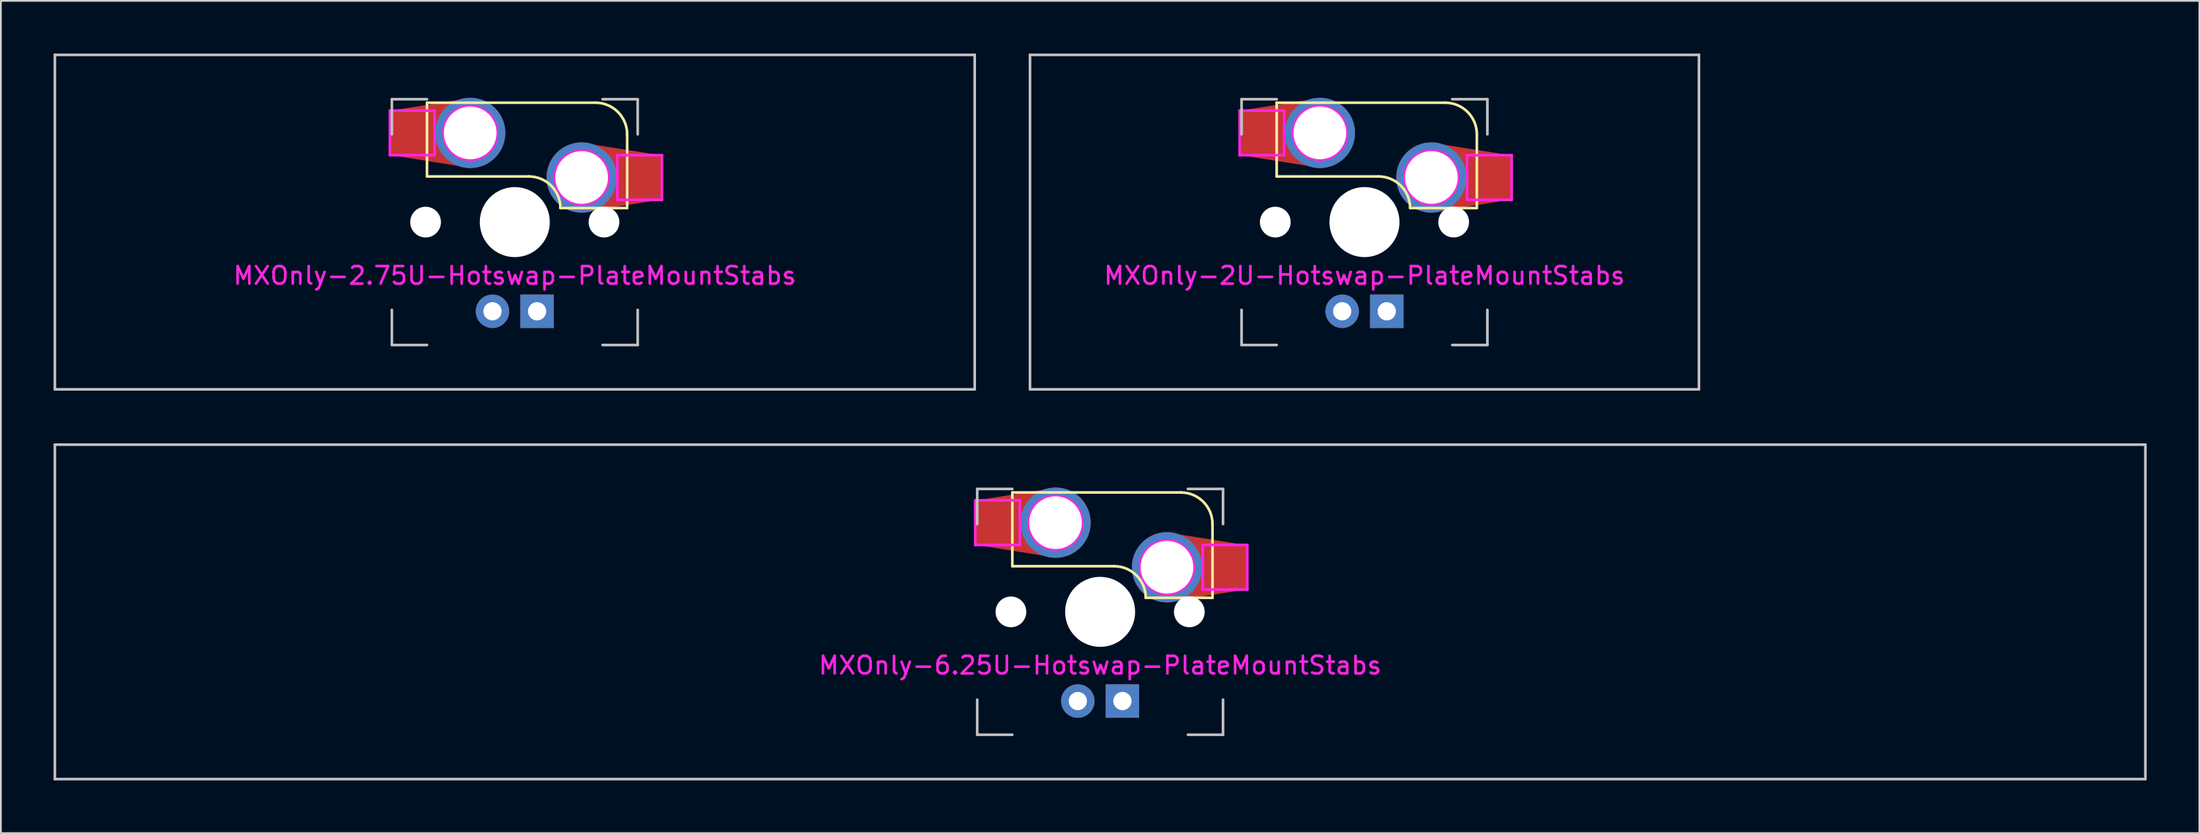
<source format=kicad_pcb>
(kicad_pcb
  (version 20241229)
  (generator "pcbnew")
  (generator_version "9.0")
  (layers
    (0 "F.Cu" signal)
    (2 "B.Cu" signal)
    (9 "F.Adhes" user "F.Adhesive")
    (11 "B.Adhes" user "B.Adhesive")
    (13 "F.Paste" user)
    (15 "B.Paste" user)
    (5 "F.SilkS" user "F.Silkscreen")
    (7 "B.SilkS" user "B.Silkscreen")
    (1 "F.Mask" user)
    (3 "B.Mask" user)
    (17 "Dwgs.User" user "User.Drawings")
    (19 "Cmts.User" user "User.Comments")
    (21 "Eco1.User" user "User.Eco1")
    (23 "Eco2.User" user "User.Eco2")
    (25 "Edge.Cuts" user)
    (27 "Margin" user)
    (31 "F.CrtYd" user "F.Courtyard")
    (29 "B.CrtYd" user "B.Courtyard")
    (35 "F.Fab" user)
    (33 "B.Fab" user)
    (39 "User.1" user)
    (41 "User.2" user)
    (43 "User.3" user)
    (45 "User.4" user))
  (footprint "MXOnly-2.75U-Hotswap-PlateMountStabs"
    (layer "F.Cu")
    (at 26.269 9.6)
    (property "Reference" "MXOnly-2.75U-Hotswap-PlateMountStabs" (at 0 3.048 180) (layer "F.CrtYd") (effects (font (size 1 1) (thickness 0.15))))
    (attr smd)
    (fp_line (start -5 -6.8) (end 4.6 -6.8) (stroke (width 0.15) (type solid)) (layer "F.SilkS"))
    (fp_line (start -5 -2.6) (end -5 -6.8) (stroke (width 0.15) (type solid)) (layer "F.SilkS"))
    (fp_line (start 0.8 -2.6) (end -5 -2.6) (stroke (width 0.15) (type solid)) (layer "F.SilkS"))
    (fp_line (start 6.4 -5) (end 6.4 -0.8) (stroke (width 0.15) (type solid)) (layer "F.SilkS"))
    (fp_line (start 6.4 -0.8) (end 2.6 -0.8) (stroke (width 0.15) (type solid)) (layer "F.SilkS"))
    (fp_arc (start 0.8 -2.6) (mid 2.072792 -2.072792) (end 2.6 -0.8) (stroke (width 0.15) (type solid)) (layer "F.SilkS"))
    (fp_arc (start 4.6 -6.8) (mid 5.872792 -6.272792) (end 6.4 -5) (stroke (width 0.15) (type solid)) (layer "F.SilkS"))
    (fp_poly (pts (xy -5.08 -3.493) (xy -7.112 -3.81) (xy -7.112 -6.35) (xy -5.08 -6.668)) (stroke (width 0.1) (type solid)) (fill yes) (layer "F.Paste"))
    (fp_poly (pts (xy 6.477 -4.064) (xy 8.509 -3.747) (xy 8.509 -1.206) (xy 6.477 -0.889)) (stroke (width 0.1) (type solid)) (fill yes) (layer "F.Paste"))
    (fp_line (start -26.194 -9.525) (end 26.194 -9.525) (stroke (width 0.15) (type solid)) (layer "Dwgs.User"))
    (fp_line (start -26.194 9.525) (end -26.194 -9.525) (stroke (width 0.15) (type solid)) (layer "Dwgs.User"))
    (fp_line (start -7 -7) (end -7 -5) (stroke (width 0.15) (type solid)) (layer "Dwgs.User"))
    (fp_line (start -7 7) (end -7 5) (stroke (width 0.15) (type solid)) (layer "Dwgs.User"))
    (fp_line (start -5 -7) (end -7 -7) (stroke (width 0.15) (type solid)) (layer "Dwgs.User"))
    (fp_line (start -5 7) (end -7 7) (stroke (width 0.15) (type solid)) (layer "Dwgs.User"))
    (fp_line (start 5 -7) (end 7 -7) (stroke (width 0.15) (type solid)) (layer "Dwgs.User"))
    (fp_line (start 7 -7) (end 7 -5) (stroke (width 0.15) (type solid)) (layer "Dwgs.User"))
    (fp_line (start 7 5) (end 7 7) (stroke (width 0.15) (type solid)) (layer "Dwgs.User"))
    (fp_line (start 7 7) (end 5 7) (stroke (width 0.15) (type solid)) (layer "Dwgs.User"))
    (fp_line (start 26.194 -9.525) (end 26.194 9.525) (stroke (width 0.15) (type solid)) (layer "Dwgs.User"))
    (fp_line (start 26.194 9.525) (end -26.194 9.525) (stroke (width 0.15) (type solid)) (layer "Dwgs.User"))
    (fp_line (start -7.112 -6.35) (end -7.112 -3.81) (stroke (width 0.15) (type solid)) (layer "F.CrtYd"))
    (fp_line (start -7.112 -3.81) (end -4.572 -3.81) (stroke (width 0.15) (type solid)) (layer "F.CrtYd"))
    (fp_line (start -4.572 -6.35) (end -7.112 -6.35) (stroke (width 0.15) (type solid)) (layer "F.CrtYd"))
    (fp_line (start -4.572 -3.81) (end -4.572 -6.35) (stroke (width 0.15) (type solid)) (layer "F.CrtYd"))
    (fp_line (start 5.842 -3.81) (end 5.842 -1.27) (stroke (width 0.15) (type solid)) (layer "F.CrtYd"))
    (fp_line (start 5.842 -1.27) (end 8.382 -1.27) (stroke (width 0.15) (type solid)) (layer "F.CrtYd"))
    (fp_line (start 8.382 -3.81) (end 5.842 -3.81) (stroke (width 0.15) (type solid)) (layer "F.CrtYd"))
    (fp_line (start 8.382 -1.27) (end 8.382 -3.81) (stroke (width 0.15) (type solid)) (layer "F.CrtYd"))
    (fp_circle (center -2.54 -5.08) (end -2.54 -6.604) (stroke (width 0.15) (type solid)) (fill no) (layer "F.CrtYd"))
    (fp_circle (center 3.81 -2.54) (end 3.81 -4.064) (stroke (width 0.15) (type solid)) (fill no) (layer "F.CrtYd"))
    (pad "" np_thru_hole circle (at -5.08 0 131.9) (size 1.75 1.75) (drill 1.75) (layers "*.Cu" "*.Mask"))
    (pad "" np_thru_hole circle (at 0 0 180) (size 3.988 3.988) (drill 3.988) (layers "*.Cu" "*.Mask"))
    (pad "" np_thru_hole circle (at 5.08 0 131.9) (size 1.75 1.75) (drill 1.75) (layers "*.Cu" "*.Mask"))
    (pad "1" thru_hole circle (at 3.81 -2.54 180) (size 4 4) (drill 3) (layers "*.Cu" "F.Mask"))
    (pad "1" smd custom (at 7.085 -2.54 180) (size 2.55 2.5) (layers "F.Cu" "F.Mask") (options (anchor rect)) (primitives (gr_poly (pts (xy -1.195 1.219) (xy 3.275 1.93) (xy 3.275 -1.93) (xy -1.195 -1.219)) (width 0.1) (fill yes))))
    (pad "2" smd custom (at -5.841 -5.08 180) (size 2.55 2.5) (layers "F.Cu" "F.Mask") (options (anchor rect)) (primitives (gr_poly (pts (xy 1.219 -1.219) (xy -3.251 -1.93) (xy -3.251 1.93) (xy 1.219 1.219)) (width 0.1) (fill yes))))
    (pad "2" thru_hole circle (at -2.54 -5.08 180) (size 4 4) (drill 3) (layers "*.Cu" "F.Mask"))
    (pad "3" thru_hole circle (at -1.27 5.08) (size 1.905 1.905) (drill 1.04) (layers "*.Cu" "F.Mask"))
    (pad "4" thru_hole rect (at 1.27 5.08) (size 1.905 1.905) (drill 1.04) (layers "*.Cu" "F.Mask")))
  (footprint "MXOnly-6.25U-Hotswap-PlateMountStabs"
    (layer "F.Cu")
    (at 59.606 31.8)
    (property "Reference" "MXOnly-6.25U-Hotswap-PlateMountStabs" (at 0 3.048 180) (layer "F.CrtYd") (effects (font (size 1 1) (thickness 0.15))))
    (attr smd)
    (fp_line (start -5 -6.8) (end 4.6 -6.8) (stroke (width 0.15) (type solid)) (layer "F.SilkS"))
    (fp_line (start -5 -2.6) (end -5 -6.8) (stroke (width 0.15) (type solid)) (layer "F.SilkS"))
    (fp_line (start 0.8 -2.6) (end -5 -2.6) (stroke (width 0.15) (type solid)) (layer "F.SilkS"))
    (fp_line (start 6.4 -5) (end 6.4 -0.8) (stroke (width 0.15) (type solid)) (layer "F.SilkS"))
    (fp_line (start 6.4 -0.8) (end 2.6 -0.8) (stroke (width 0.15) (type solid)) (layer "F.SilkS"))
    (fp_arc (start 0.8 -2.6) (mid 2.072792 -2.072792) (end 2.6 -0.8) (stroke (width 0.15) (type solid)) (layer "F.SilkS"))
    (fp_arc (start 4.6 -6.8) (mid 5.872792 -6.272792) (end 6.4 -5) (stroke (width 0.15) (type solid)) (layer "F.SilkS"))
    (fp_poly (pts (xy -5.08 -3.493) (xy -7.112 -3.81) (xy -7.112 -6.35) (xy -5.08 -6.668)) (stroke (width 0.1) (type solid)) (fill yes) (layer "F.Paste"))
    (fp_poly (pts (xy 6.477 -4.064) (xy 8.509 -3.747) (xy 8.509 -1.206) (xy 6.477 -0.889)) (stroke (width 0.1) (type solid)) (fill yes) (layer "F.Paste"))
    (fp_line (start -59.531 -9.525) (end 59.531 -9.525) (stroke (width 0.15) (type solid)) (layer "Dwgs.User"))
    (fp_line (start -59.531 9.525) (end -59.531 -9.525) (stroke (width 0.15) (type solid)) (layer "Dwgs.User"))
    (fp_line (start -7 -7) (end -7 -5) (stroke (width 0.15) (type solid)) (layer "Dwgs.User"))
    (fp_line (start -7 7) (end -7 5) (stroke (width 0.15) (type solid)) (layer "Dwgs.User"))
    (fp_line (start -5 -7) (end -7 -7) (stroke (width 0.15) (type solid)) (layer "Dwgs.User"))
    (fp_line (start -5 7) (end -7 7) (stroke (width 0.15) (type solid)) (layer "Dwgs.User"))
    (fp_line (start 5 -7) (end 7 -7) (stroke (width 0.15) (type solid)) (layer "Dwgs.User"))
    (fp_line (start 7 -7) (end 7 -5) (stroke (width 0.15) (type solid)) (layer "Dwgs.User"))
    (fp_line (start 7 5) (end 7 7) (stroke (width 0.15) (type solid)) (layer "Dwgs.User"))
    (fp_line (start 7 7) (end 5 7) (stroke (width 0.15) (type solid)) (layer "Dwgs.User"))
    (fp_line (start 59.531 -9.525) (end 59.531 9.525) (stroke (width 0.15) (type solid)) (layer "Dwgs.User"))
    (fp_line (start 59.531 9.525) (end -59.531 9.525) (stroke (width 0.15) (type solid)) (layer "Dwgs.User"))
    (fp_line (start -7.112 -6.35) (end -7.112 -3.81) (stroke (width 0.15) (type solid)) (layer "F.CrtYd"))
    (fp_line (start -7.112 -3.81) (end -4.572 -3.81) (stroke (width 0.15) (type solid)) (layer "F.CrtYd"))
    (fp_line (start -4.572 -6.35) (end -7.112 -6.35) (stroke (width 0.15) (type solid)) (layer "F.CrtYd"))
    (fp_line (start -4.572 -3.81) (end -4.572 -6.35) (stroke (width 0.15) (type solid)) (layer "F.CrtYd"))
    (fp_line (start 5.842 -3.81) (end 5.842 -1.27) (stroke (width 0.15) (type solid)) (layer "F.CrtYd"))
    (fp_line (start 5.842 -1.27) (end 8.382 -1.27) (stroke (width 0.15) (type solid)) (layer "F.CrtYd"))
    (fp_line (start 8.382 -3.81) (end 5.842 -3.81) (stroke (width 0.15) (type solid)) (layer "F.CrtYd"))
    (fp_line (start 8.382 -1.27) (end 8.382 -3.81) (stroke (width 0.15) (type solid)) (layer "F.CrtYd"))
    (fp_circle (center -2.54 -5.08) (end -2.54 -6.604) (stroke (width 0.15) (type solid)) (fill no) (layer "F.CrtYd"))
    (fp_circle (center 3.81 -2.54) (end 3.81 -4.064) (stroke (width 0.15) (type solid)) (fill no) (layer "F.CrtYd"))
    (pad "" np_thru_hole circle (at -5.08 0 131.9) (size 1.75 1.75) (drill 1.75) (layers "*.Cu" "*.Mask"))
    (pad "" np_thru_hole circle (at 0 0 180) (size 3.988 3.988) (drill 3.988) (layers "*.Cu" "*.Mask"))
    (pad "" np_thru_hole circle (at 5.08 0 131.9) (size 1.75 1.75) (drill 1.75) (layers "*.Cu" "*.Mask"))
    (pad "1" thru_hole circle (at 3.81 -2.54 180) (size 4 4) (drill 3) (layers "*.Cu" "F.Mask"))
    (pad "1" smd custom (at 7.085 -2.54 180) (size 2.55 2.5) (layers "F.Cu" "F.Mask") (options (anchor rect)) (primitives (gr_poly (pts (xy -1.195 1.219) (xy 3.275 1.93) (xy 3.275 -1.93) (xy -1.195 -1.219)) (width 0.1) (fill yes))))
    (pad "2" smd custom (at -5.841 -5.08 180) (size 2.55 2.5) (layers "F.Cu" "F.Mask") (options (anchor rect)) (primitives (gr_poly (pts (xy 1.219 -1.219) (xy -3.251 -1.93) (xy -3.251 1.93) (xy 1.219 1.219)) (width 0.1) (fill yes))))
    (pad "2" thru_hole circle (at -2.54 -5.08 180) (size 4 4) (drill 3) (layers "*.Cu" "F.Mask"))
    (pad "3" thru_hole circle (at -1.27 5.08) (size 1.905 1.905) (drill 1.04) (layers "*.Cu" "F.Mask"))
    (pad "4" thru_hole rect (at 1.27 5.08) (size 1.905 1.905) (drill 1.04) (layers "*.Cu" "F.Mask")))
  (footprint "MXOnly-2U-Hotswap-PlateMountStabs"
    (layer "F.Cu")
    (at 74.662 9.6)
    (property "Reference" "MXOnly-2U-Hotswap-PlateMountStabs" (at 0 3.048 180) (layer "F.CrtYd") (effects (font (size 1 1) (thickness 0.15))))
    (attr smd)
    (fp_line (start -5 -6.8) (end 4.6 -6.8) (stroke (width 0.15) (type solid)) (layer "F.SilkS"))
    (fp_line (start -5 -2.6) (end -5 -6.8) (stroke (width 0.15) (type solid)) (layer "F.SilkS"))
    (fp_line (start 0.8 -2.6) (end -5 -2.6) (stroke (width 0.15) (type solid)) (layer "F.SilkS"))
    (fp_line (start 6.4 -5) (end 6.4 -0.8) (stroke (width 0.15) (type solid)) (layer "F.SilkS"))
    (fp_line (start 6.4 -0.8) (end 2.6 -0.8) (stroke (width 0.15) (type solid)) (layer "F.SilkS"))
    (fp_arc (start 0.8 -2.6) (mid 2.072792 -2.072792) (end 2.6 -0.8) (stroke (width 0.15) (type solid)) (layer "F.SilkS"))
    (fp_arc (start 4.6 -6.8) (mid 5.872792 -6.272792) (end 6.4 -5) (stroke (width 0.15) (type solid)) (layer "F.SilkS"))
    (fp_poly (pts (xy -5.08 -3.493) (xy -7.112 -3.81) (xy -7.112 -6.35) (xy -5.08 -6.668)) (stroke (width 0.1) (type solid)) (fill yes) (layer "F.Paste"))
    (fp_poly (pts (xy 6.477 -4.064) (xy 8.509 -3.747) (xy 8.509 -1.206) (xy 6.477 -0.889)) (stroke (width 0.1) (type solid)) (fill yes) (layer "F.Paste"))
    (fp_line (start -19.05 -9.525) (end 19.05 -9.525) (stroke (width 0.15) (type solid)) (layer "Dwgs.User"))
    (fp_line (start -19.05 9.525) (end -19.05 -9.525) (stroke (width 0.15) (type solid)) (layer "Dwgs.User"))
    (fp_line (start -7 -7) (end -7 -5) (stroke (width 0.15) (type solid)) (layer "Dwgs.User"))
    (fp_line (start -7 7) (end -7 5) (stroke (width 0.15) (type solid)) (layer "Dwgs.User"))
    (fp_line (start -5 -7) (end -7 -7) (stroke (width 0.15) (type solid)) (layer "Dwgs.User"))
    (fp_line (start -5 7) (end -7 7) (stroke (width 0.15) (type solid)) (layer "Dwgs.User"))
    (fp_line (start 5 -7) (end 7 -7) (stroke (width 0.15) (type solid)) (layer "Dwgs.User"))
    (fp_line (start 7 -7) (end 7 -5) (stroke (width 0.15) (type solid)) (layer "Dwgs.User"))
    (fp_line (start 7 5) (end 7 7) (stroke (width 0.15) (type solid)) (layer "Dwgs.User"))
    (fp_line (start 7 7) (end 5 7) (stroke (width 0.15) (type solid)) (layer "Dwgs.User"))
    (fp_line (start 19.05 -9.525) (end 19.05 9.525) (stroke (width 0.15) (type solid)) (layer "Dwgs.User"))
    (fp_line (start 19.05 9.525) (end -19.05 9.525) (stroke (width 0.15) (type solid)) (layer "Dwgs.User"))
    (fp_line (start -7.112 -6.35) (end -7.112 -3.81) (stroke (width 0.15) (type solid)) (layer "F.CrtYd"))
    (fp_line (start -7.112 -3.81) (end -4.572 -3.81) (stroke (width 0.15) (type solid)) (layer "F.CrtYd"))
    (fp_line (start -4.572 -6.35) (end -7.112 -6.35) (stroke (width 0.15) (type solid)) (layer "F.CrtYd"))
    (fp_line (start -4.572 -3.81) (end -4.572 -6.35) (stroke (width 0.15) (type solid)) (layer "F.CrtYd"))
    (fp_line (start 5.842 -3.81) (end 5.842 -1.27) (stroke (width 0.15) (type solid)) (layer "F.CrtYd"))
    (fp_line (start 5.842 -1.27) (end 8.382 -1.27) (stroke (width 0.15) (type solid)) (layer "F.CrtYd"))
    (fp_line (start 8.382 -3.81) (end 5.842 -3.81) (stroke (width 0.15) (type solid)) (layer "F.CrtYd"))
    (fp_line (start 8.382 -1.27) (end 8.382 -3.81) (stroke (width 0.15) (type solid)) (layer "F.CrtYd"))
    (fp_circle (center -2.54 -5.08) (end -2.54 -6.604) (stroke (width 0.15) (type solid)) (fill no) (layer "F.CrtYd"))
    (fp_circle (center 3.81 -2.54) (end 3.81 -4.064) (stroke (width 0.15) (type solid)) (fill no) (layer "F.CrtYd"))
    (pad "" np_thru_hole circle (at -5.08 0 131.9) (size 1.75 1.75) (drill 1.75) (layers "*.Cu" "*.Mask"))
    (pad "" np_thru_hole circle (at 0 0 180) (size 3.988 3.988) (drill 3.988) (layers "*.Cu" "*.Mask"))
    (pad "" np_thru_hole circle (at 5.08 0 131.9) (size 1.75 1.75) (drill 1.75) (layers "*.Cu" "*.Mask"))
    (pad "1" thru_hole circle (at 3.81 -2.54 180) (size 4 4) (drill 3) (layers "*.Cu" "F.Mask"))
    (pad "1" smd custom (at 7.085 -2.54 180) (size 2.55 2.5) (layers "F.Cu" "F.Mask") (options (anchor rect)) (primitives (gr_poly (pts (xy -1.195 1.219) (xy 3.275 1.93) (xy 3.275 -1.93) (xy -1.195 -1.219)) (width 0.1) (fill yes))))
    (pad "2" smd custom (at -5.841 -5.08 180) (size 2.55 2.5) (layers "F.Cu" "F.Mask") (options (anchor rect)) (primitives (gr_poly (pts (xy 1.219 -1.219) (xy -3.251 -1.93) (xy -3.251 1.93) (xy 1.219 1.219)) (width 0.1) (fill yes))))
    (pad "2" thru_hole circle (at -2.54 -5.08 180) (size 4 4) (drill 3) (layers "*.Cu" "F.Mask"))
    (pad "3" thru_hole circle (at -1.27 5.08) (size 1.905 1.905) (drill 1.04) (layers "*.Cu" "F.Mask"))
    (pad "4" thru_hole rect (at 1.27 5.08) (size 1.905 1.905) (drill 1.04) (layers "*.Cu" "F.Mask")))
  (gr_rect
    (start -3 -3)
    (end 122.213 44.4)
    (stroke (width 0.1) (type default))
    (fill no)
    (layer "Edge.Cuts")))
</source>
